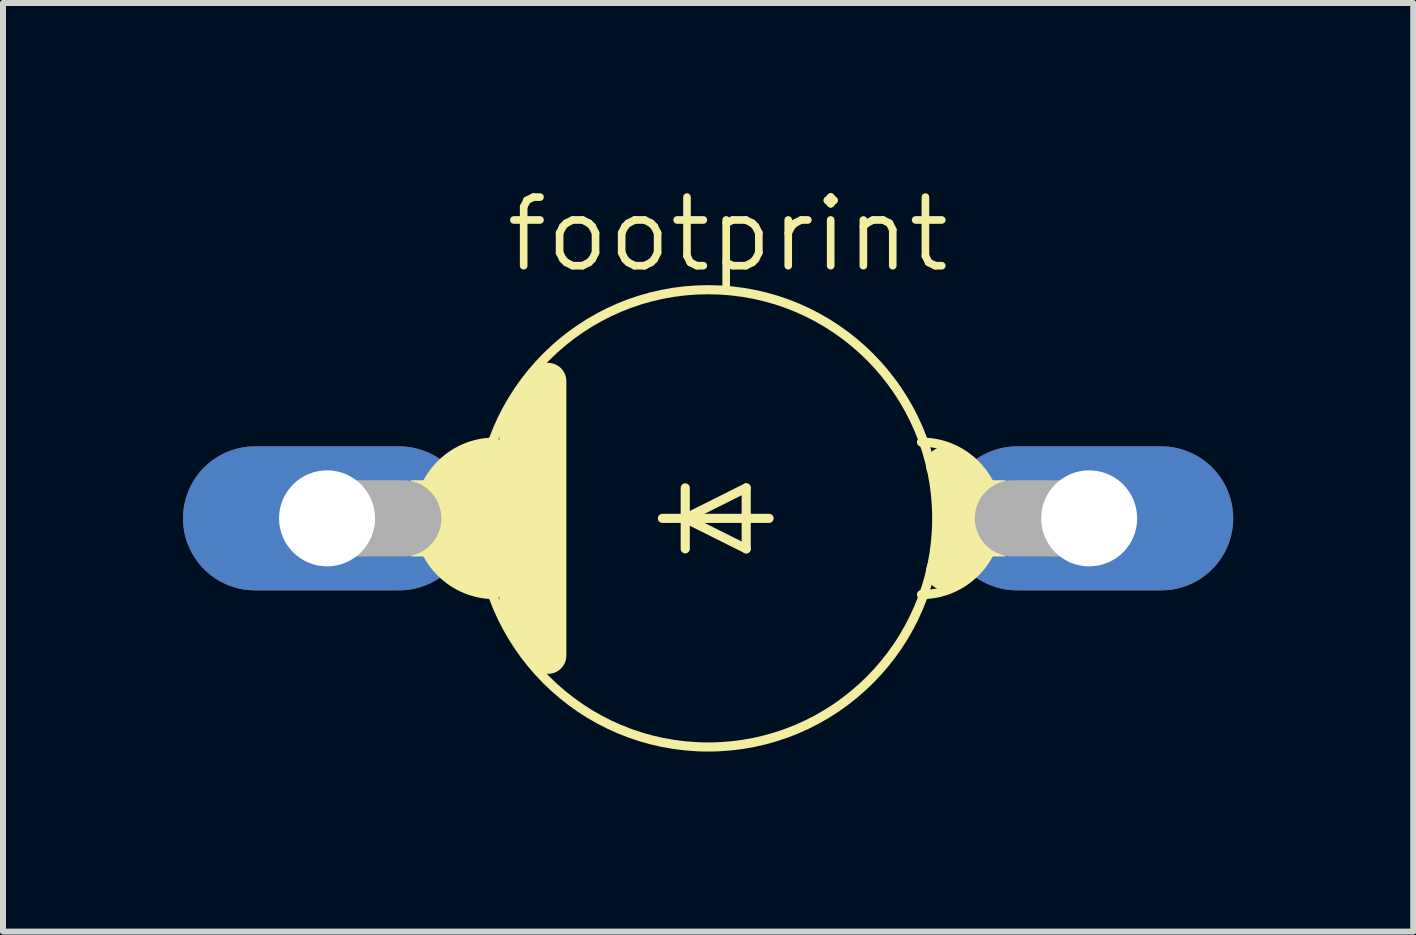
<source format=kicad_pcb>
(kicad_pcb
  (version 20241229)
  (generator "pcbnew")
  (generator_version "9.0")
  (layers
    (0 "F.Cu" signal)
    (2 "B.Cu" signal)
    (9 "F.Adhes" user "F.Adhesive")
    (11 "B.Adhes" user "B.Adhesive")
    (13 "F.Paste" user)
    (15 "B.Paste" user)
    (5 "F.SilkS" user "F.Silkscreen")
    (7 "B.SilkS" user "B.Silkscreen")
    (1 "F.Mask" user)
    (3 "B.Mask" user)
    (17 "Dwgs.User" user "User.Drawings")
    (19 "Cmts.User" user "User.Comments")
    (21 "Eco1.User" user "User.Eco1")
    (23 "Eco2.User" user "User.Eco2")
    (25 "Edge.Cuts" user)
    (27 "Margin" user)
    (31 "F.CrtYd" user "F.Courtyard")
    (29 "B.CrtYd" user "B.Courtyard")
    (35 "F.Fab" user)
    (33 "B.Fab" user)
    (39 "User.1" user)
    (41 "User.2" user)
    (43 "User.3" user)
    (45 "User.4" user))
  (footprint "footprint"
    (layer "F.Cu")
    (at 8.75 5.588)
    (property "Reference" "footprint" (at -3.429 -4.064 0) (layer "F.SilkS") (effects (font (size 1.143 1.143) (thickness 0.127)) (justify left bottom)))
    (fp_line (start -4.318 -0.508) (end -3.937 -0.889) (stroke (width 0.61) (type solid)) (layer "F.SilkS"))
    (fp_line (start -4.318 0.508) (end -3.937 0.889) (stroke (width 0.61) (type solid)) (layer "F.SilkS"))
    (fp_line (start -3.556 -1.016) (end -3.556 1.016) (stroke (width 0.61) (type solid)) (layer "F.SilkS"))
    (fp_line (start -3.175 -1.524) (end -3.175 1.524) (stroke (width 0.61) (type solid)) (layer "F.SilkS"))
    (fp_line (start -3.175 1.524) (end -2.921 2.032) (stroke (width 0.61) (type solid)) (layer "F.SilkS"))
    (fp_line (start -2.921 -2.032) (end -3.175 -1.524) (stroke (width 0.61) (type solid)) (layer "F.SilkS"))
    (fp_line (start -2.667 2.286) (end -2.667 -2.286) (stroke (width 0.61) (type solid)) (layer "F.SilkS"))
    (fp_line (start -0.762 0) (end -0.381 0) (stroke (width 0.152) (type solid)) (layer "F.SilkS"))
    (fp_line (start -0.381 -0.508) (end -0.381 0) (stroke (width 0.152) (type solid)) (layer "F.SilkS"))
    (fp_line (start -0.381 0) (end -0.381 0.508) (stroke (width 0.152) (type solid)) (layer "F.SilkS"))
    (fp_line (start -0.381 0) (end 0.635 -0.508) (stroke (width 0.152) (type solid)) (layer "F.SilkS"))
    (fp_line (start -0.381 0) (end 1.016 0) (stroke (width 0.152) (type solid)) (layer "F.SilkS"))
    (fp_line (start 0.635 -0.508) (end 0.635 0.508) (stroke (width 0.152) (type solid)) (layer "F.SilkS"))
    (fp_line (start 0.635 0.508) (end -0.381 0) (stroke (width 0.152) (type solid)) (layer "F.SilkS"))
    (fp_line (start 3.937 -0.889) (end 4.318 -0.508) (stroke (width 0.61) (type solid)) (layer "F.SilkS"))
    (fp_line (start 4.318 0.508) (end 3.937 0.889) (stroke (width 0.61) (type solid)) (layer "F.SilkS"))
    (fp_arc (start -3.556 1.27) (mid -4.826 0) (end -3.556 -1.27) (stroke (width 0.1524) (type solid)) (layer "F.SilkS"))
    (fp_arc (start 3.556 -1.27) (mid 4.826 0) (end 3.556 1.27) (stroke (width 0.1524) (type solid)) (layer "F.SilkS"))
    (fp_circle (center 0 0) (end 3.81 0) (stroke (width 0.152) (type solid)) (fill no) (layer "F.SilkS"))
    (fp_poly (pts (xy -4.953 0.635) (xy -3.81 0.635) (xy -3.81 -0.635) (xy -4.953 -0.635)) (stroke (width 0) (type solid)) (fill yes) (layer "F.SilkS"))
    (fp_poly (pts (xy 3.81 0.635) (xy 4.953 0.635) (xy 4.953 -0.635) (xy 3.81 -0.635)) (stroke (width 0) (type solid)) (fill yes) (layer "F.SilkS"))
    (fp_line (start -6.35 0) (end -5.08 0) (stroke (width 1.27) (type solid)) (layer "F.Fab"))
    (fp_line (start 6.35 0) (end 5.08 0) (stroke (width 1.27) (type solid)) (layer "F.Fab"))
    (pad "A" thru_hole oval (at 6.35 0) (size 4.801 2.4) (drill 1.6) (layers "*.Cu" "*.Mask"))
    (pad "C" thru_hole oval (at -6.35 0) (size 4.801 2.4) (drill 1.6) (layers "*.Cu" "*.Mask")))
  (gr_rect
    (start -3 -3)
    (end 20.501 12.474)
    (stroke (width 0.1) (type default))
    (fill no)
    (layer "Edge.Cuts")))
</source>
